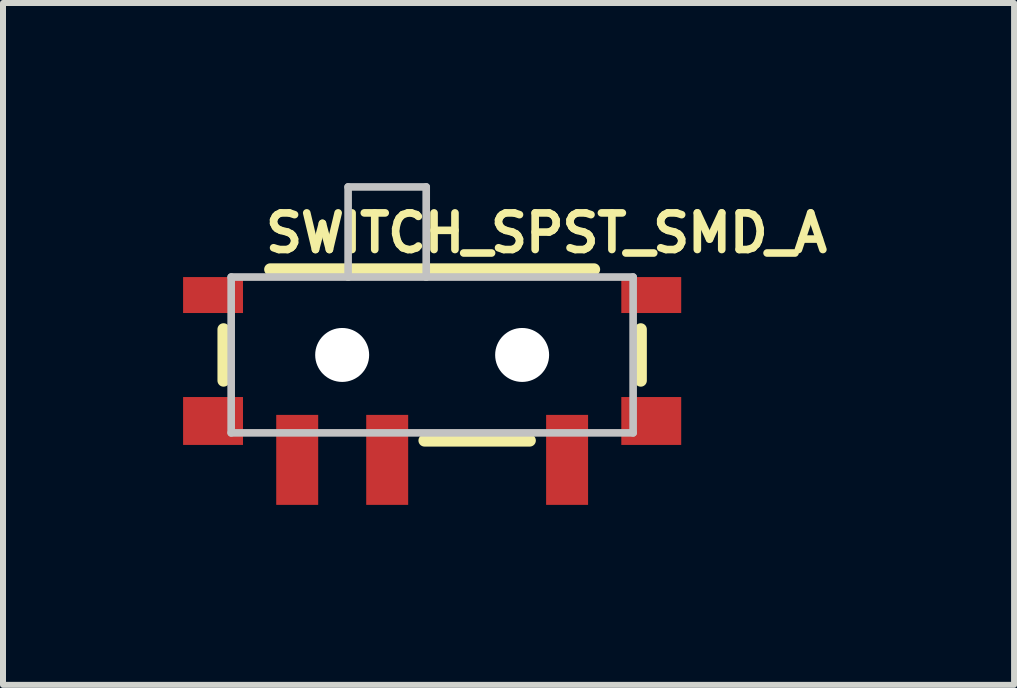
<source format=kicad_pcb>
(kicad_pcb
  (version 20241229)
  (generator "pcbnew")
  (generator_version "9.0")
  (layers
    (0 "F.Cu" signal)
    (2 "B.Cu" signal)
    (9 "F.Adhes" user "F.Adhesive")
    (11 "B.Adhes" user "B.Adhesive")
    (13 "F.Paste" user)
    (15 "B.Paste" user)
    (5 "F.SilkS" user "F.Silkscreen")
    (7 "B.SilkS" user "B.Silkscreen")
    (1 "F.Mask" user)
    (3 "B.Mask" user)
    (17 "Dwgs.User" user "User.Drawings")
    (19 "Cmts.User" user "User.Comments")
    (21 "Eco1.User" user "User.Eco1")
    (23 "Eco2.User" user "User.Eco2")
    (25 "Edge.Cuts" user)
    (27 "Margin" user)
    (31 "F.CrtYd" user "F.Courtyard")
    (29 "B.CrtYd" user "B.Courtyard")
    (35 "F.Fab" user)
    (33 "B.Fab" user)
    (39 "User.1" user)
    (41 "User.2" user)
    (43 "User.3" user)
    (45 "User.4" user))
  (footprint "SWITCH_SPST_SMD_A"
    (layer "F.Cu")
    (at 4.149 2.863)
    (property "Reference" "SWITCH_SPST_SMD_A" (at 1.905 -2.032 180) (layer "F.SilkS") (effects (font (size 0.61 0.61) (thickness 0.127))))
    (attr smd)
    (fp_line (start -3.475 -0.427) (end -3.475 0.427) (stroke (width 0.203) (type solid)) (layer "F.SilkS"))
    (fp_line (start 1.626 1.425) (end -0.127 1.425) (stroke (width 0.203) (type solid)) (layer "F.SilkS"))
    (fp_line (start 2.697 -1.425) (end -2.697 -1.425) (stroke (width 0.203) (type solid)) (layer "F.SilkS"))
    (fp_line (start 3.475 -0.427) (end 3.475 0.427) (stroke (width 0.203) (type solid)) (layer "F.SilkS"))
    (fp_line (start -3.348 -1.298) (end -3.348 1.298) (stroke (width 0.127) (type solid)) (layer "Dwgs.User"))
    (fp_line (start -3.348 1.298) (end 3.348 1.298) (stroke (width 0.127) (type solid)) (layer "Dwgs.User"))
    (fp_line (start -1.4 -2.799) (end -1.4 -1.298) (stroke (width 0.127) (type solid)) (layer "Dwgs.User"))
    (fp_line (start -1.4 -1.298) (end -3.348 -1.298) (stroke (width 0.127) (type solid)) (layer "Dwgs.User"))
    (fp_line (start -0.099 -2.799) (end -1.4 -2.799) (stroke (width 0.127) (type solid)) (layer "Dwgs.User"))
    (fp_line (start -0.099 -1.298) (end -1.4 -1.298) (stroke (width 0.127) (type solid)) (layer "Dwgs.User"))
    (fp_line (start -0.099 -1.298) (end -0.099 -2.799) (stroke (width 0.127) (type solid)) (layer "Dwgs.User"))
    (fp_line (start 3.348 -1.298) (end -0.099 -1.298) (stroke (width 0.127) (type solid)) (layer "Dwgs.User"))
    (fp_line (start 3.348 1.298) (end 3.348 -1.298) (stroke (width 0.127) (type solid)) (layer "Dwgs.User"))
    (pad "" np_thru_hole circle (at -1.499 0) (size 0.899 0.899) (drill 0.899) (layers "*.Cu" "*.Mask"))
    (pad "" np_thru_hole circle (at 1.499 0) (size 0.899 0.899) (drill 0.899) (layers "*.Cu" "*.Mask"))
    (pad "1" smd rect (at -2.248 1.748 180) (size 0.699 1.499) (layers "F.Cu" "F.Mask" "F.Paste"))
    (pad "2" smd rect (at -0.749 1.748 180) (size 0.699 1.499) (layers "F.Cu" "F.Mask" "F.Paste"))
    (pad "3" smd rect (at 2.248 1.748 180) (size 0.699 1.499) (layers "F.Cu" "F.Mask" "F.Paste"))
    (pad "GND1" smd rect (at -3.65 -0.998) (size 0.998 0.599) (layers "F.Cu" "F.Mask" "F.Paste"))
    (pad "GND2" smd rect (at -3.65 1.1) (size 0.998 0.798) (layers "F.Cu" "F.Mask" "F.Paste"))
    (pad "GND3" smd rect (at 3.65 -0.998) (size 0.998 0.599) (layers "F.Cu" "F.Mask" "F.Paste"))
    (pad "GND4" smd rect (at 3.65 1.1) (size 0.998 0.798) (layers "F.Cu" "F.Mask" "F.Paste")))
  (gr_rect
    (start -3 -3)
    (end 13.843 8.359)
    (stroke (width 0.1) (type default))
    (fill no)
    (layer "Edge.Cuts")))
</source>
